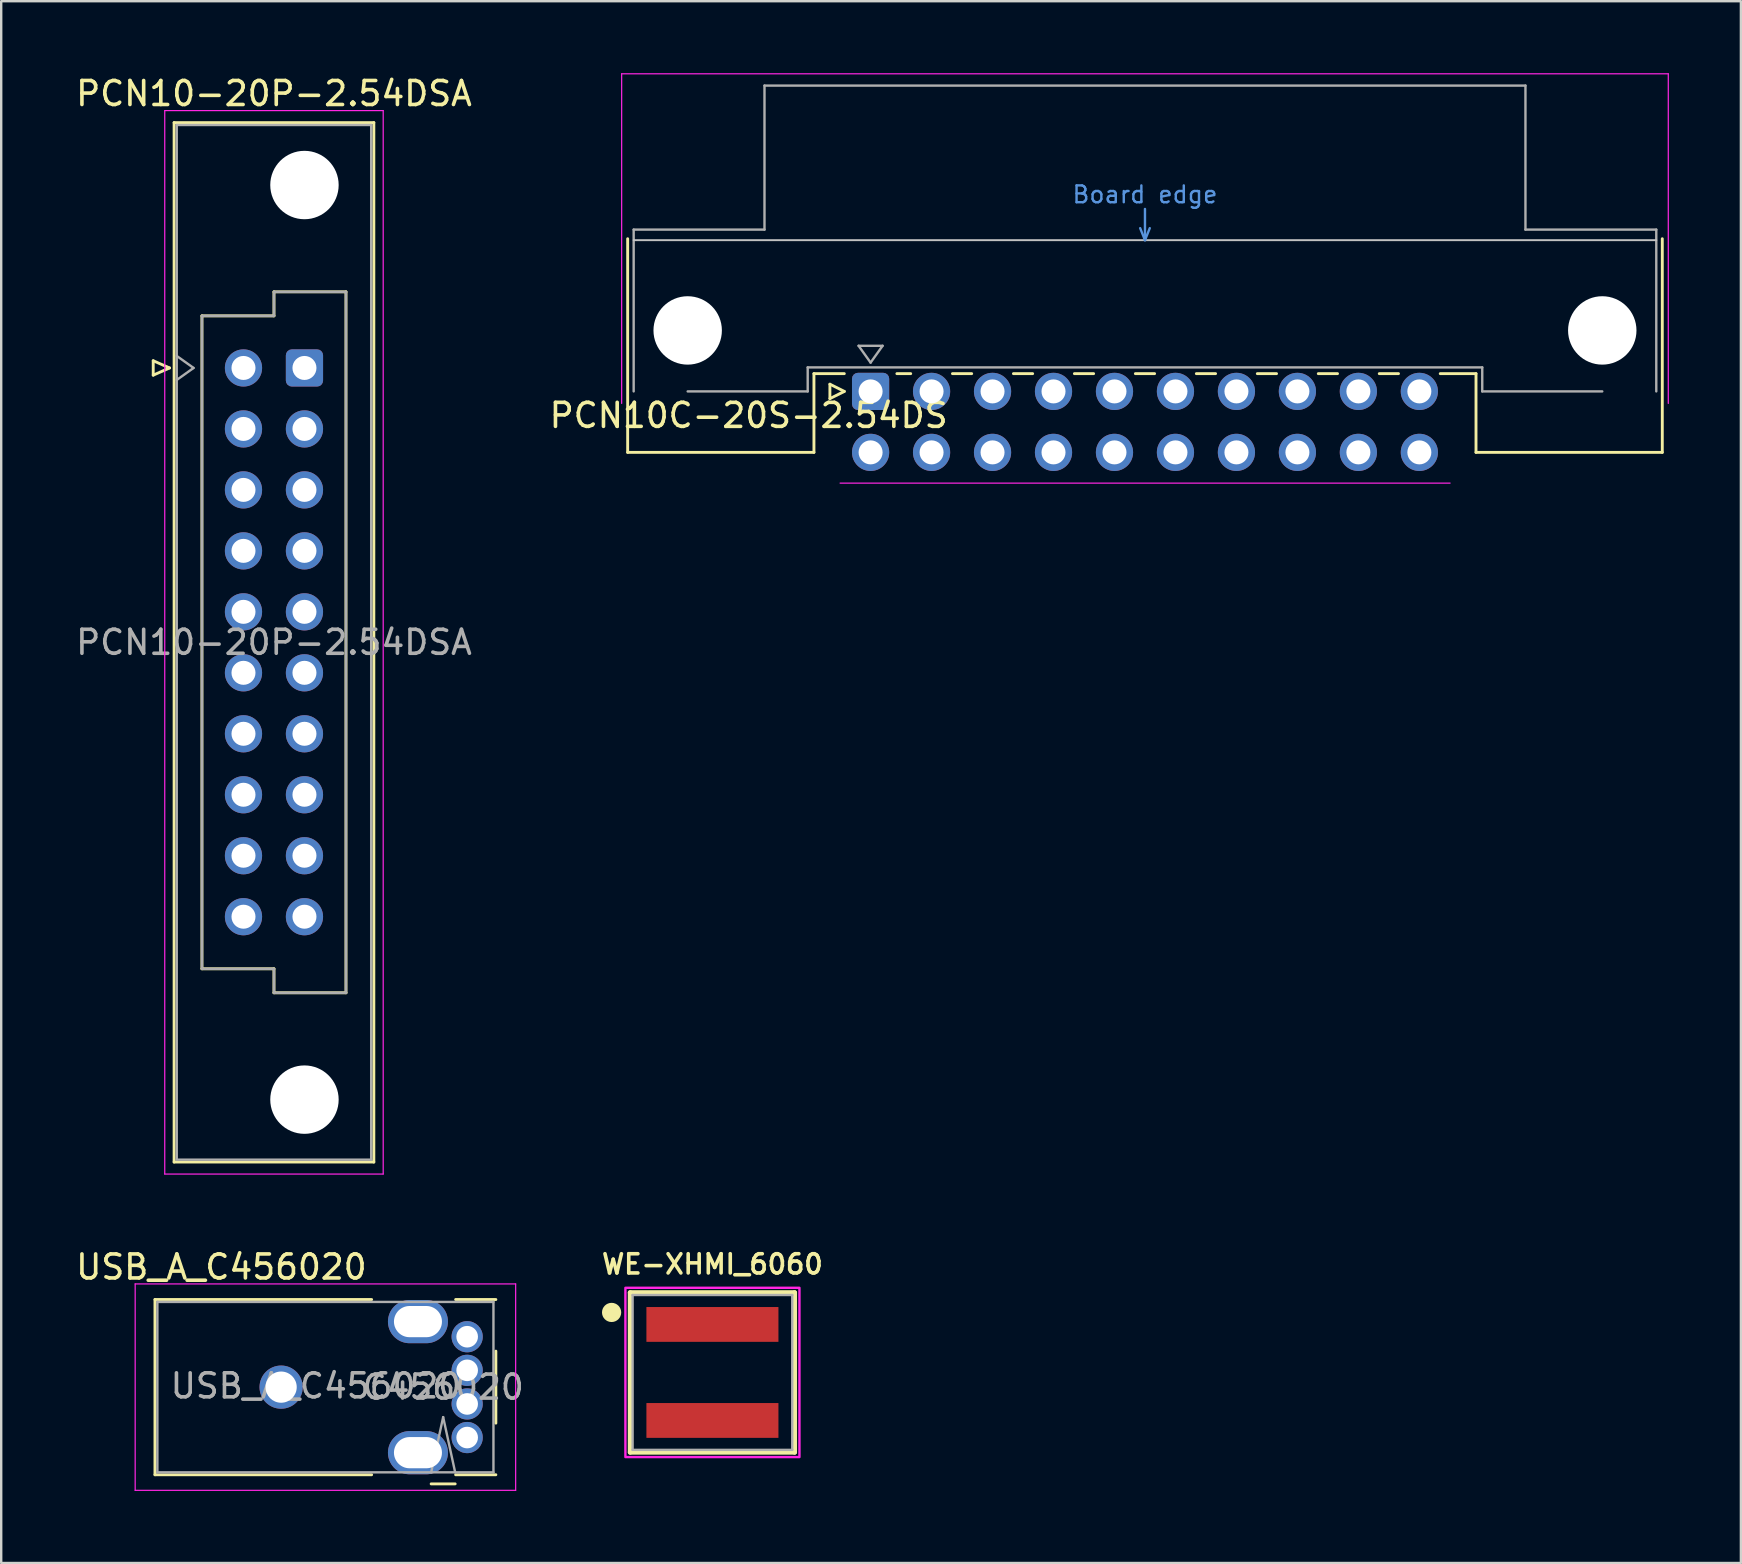
<source format=kicad_pcb>
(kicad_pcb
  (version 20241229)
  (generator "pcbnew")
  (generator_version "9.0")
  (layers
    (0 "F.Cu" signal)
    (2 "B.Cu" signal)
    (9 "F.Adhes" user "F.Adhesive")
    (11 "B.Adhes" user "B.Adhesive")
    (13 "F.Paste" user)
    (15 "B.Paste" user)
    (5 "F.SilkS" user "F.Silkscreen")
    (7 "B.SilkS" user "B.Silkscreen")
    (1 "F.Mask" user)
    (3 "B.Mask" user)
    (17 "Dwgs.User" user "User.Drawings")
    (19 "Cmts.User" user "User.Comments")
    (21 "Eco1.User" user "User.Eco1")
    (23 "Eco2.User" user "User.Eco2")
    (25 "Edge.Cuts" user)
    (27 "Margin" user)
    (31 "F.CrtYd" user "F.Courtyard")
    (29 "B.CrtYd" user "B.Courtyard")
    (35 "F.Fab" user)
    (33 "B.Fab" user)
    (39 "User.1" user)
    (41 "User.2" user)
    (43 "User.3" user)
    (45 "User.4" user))
  (footprint "PCN10-20P-2.54DSA"
    (layer "F.Cu")
    (at 7.093 12.278)
    (property "Reference" "PCN10-20P-2.54DSA" (at 1.27 -11.43 0) (layer "F.SilkS") (effects (font (size 1 1) (thickness 0.15))))
    (attr through_hole)
    (fp_line (start -3.76 -0.3) (end -3.76 0.3) (stroke (width 0.12) (type solid)) (layer "F.SilkS"))
    (fp_line (start -3.76 0.3) (end -3.08 0) (stroke (width 0.12) (type solid)) (layer "F.SilkS"))
    (fp_line (start -3.08 0) (end -3.76 -0.3) (stroke (width 0.12) (type solid)) (layer "F.SilkS"))
    (fp_line (start -2.89 -10.22) (end 5.43 -10.22) (stroke (width 0.12) (type solid)) (layer "F.SilkS"))
    (fp_line (start -2.89 33.08) (end -2.89 -10.22) (stroke (width 0.12) (type solid)) (layer "F.SilkS"))
    (fp_line (start -1.73 -2.17) (end -1.73 25.03) (stroke (width 0.12) (type solid)) (layer "F.SilkS"))
    (fp_line (start -1.73 25.03) (end 1.27 25.03) (stroke (width 0.12) (type solid)) (layer "F.SilkS"))
    (fp_line (start 1.27 -3.17) (end 1.27 -2.17) (stroke (width 0.12) (type solid)) (layer "F.SilkS"))
    (fp_line (start 1.27 -2.17) (end -1.73 -2.17) (stroke (width 0.12) (type solid)) (layer "F.SilkS"))
    (fp_line (start 1.27 25.03) (end 1.27 26.03) (stroke (width 0.12) (type solid)) (layer "F.SilkS"))
    (fp_line (start 1.27 26.03) (end 4.27 26.03) (stroke (width 0.12) (type solid)) (layer "F.SilkS"))
    (fp_line (start 4.27 -3.17) (end 1.27 -3.17) (stroke (width 0.12) (type solid)) (layer "F.SilkS"))
    (fp_line (start 4.27 26.03) (end 4.27 -3.17) (stroke (width 0.12) (type solid)) (layer "F.SilkS"))
    (fp_line (start 5.43 -10.22) (end 5.43 33.08) (stroke (width 0.12) (type solid)) (layer "F.SilkS"))
    (fp_line (start 5.43 33.08) (end -2.89 33.08) (stroke (width 0.12) (type solid)) (layer "F.SilkS"))
    (fp_line (start -3.28 -10.72) (end 5.82 -10.72) (stroke (width 0.05) (type solid)) (layer "F.CrtYd"))
    (fp_line (start -3.28 33.58) (end -3.28 -10.72) (stroke (width 0.05) (type solid)) (layer "F.CrtYd"))
    (fp_line (start 5.82 -10.72) (end 5.82 33.58) (stroke (width 0.05) (type solid)) (layer "F.CrtYd"))
    (fp_line (start 5.82 33.58) (end -3.28 33.58) (stroke (width 0.05) (type solid)) (layer "F.CrtYd"))
    (fp_line (start -2.78 -10.12) (end 5.32 -10.12) (stroke (width 0.1) (type solid)) (layer "F.Fab"))
    (fp_line (start -2.78 -0.5) (end -2.08 0) (stroke (width 0.1) (type solid)) (layer "F.Fab"))
    (fp_line (start -2.78 32.98) (end -2.78 -10.12) (stroke (width 0.1) (type solid)) (layer "F.Fab"))
    (fp_line (start -2.08 0) (end -2.78 0.5) (stroke (width 0.1) (type solid)) (layer "F.Fab"))
    (fp_line (start -1.73 -2.17) (end -1.73 25.03) (stroke (width 0.1) (type solid)) (layer "F.Fab"))
    (fp_line (start -1.73 25.03) (end 1.27 25.03) (stroke (width 0.1) (type solid)) (layer "F.Fab"))
    (fp_line (start 1.27 -3.17) (end 1.27 -2.17) (stroke (width 0.1) (type solid)) (layer "F.Fab"))
    (fp_line (start 1.27 -2.17) (end -1.73 -2.17) (stroke (width 0.1) (type solid)) (layer "F.Fab"))
    (fp_line (start 1.27 25.03) (end 1.27 26.03) (stroke (width 0.1) (type solid)) (layer "F.Fab"))
    (fp_line (start 1.27 26.03) (end 4.27 26.03) (stroke (width 0.1) (type solid)) (layer "F.Fab"))
    (fp_line (start 4.27 -3.17) (end 1.27 -3.17) (stroke (width 0.1) (type solid)) (layer "F.Fab"))
    (fp_line (start 4.27 26.03) (end 4.27 -3.17) (stroke (width 0.1) (type solid)) (layer "F.Fab"))
    (fp_line (start 5.32 -10.12) (end 5.32 32.98) (stroke (width 0.1) (type solid)) (layer "F.Fab"))
    (fp_line (start 5.32 32.98) (end -2.78 32.98) (stroke (width 0.1) (type solid)) (layer "F.Fab"))
    (fp_text user "${REFERENCE}" (at 1.27 11.43 0) (layer "F.Fab") (effects (font (size 1 1) (thickness 0.15))))
    (pad "" np_thru_hole circle (at 2.54 -7.62) (size 2.85 2.85) (drill 2.85) (layers "*.Cu" "*.Mask"))
    (pad "" np_thru_hole circle (at 2.54 30.48) (size 2.85 2.85) (drill 2.85) (layers "*.Cu" "*.Mask"))
    (pad "a1" thru_hole roundrect (at 2.54 0) (size 1.55 1.55) (drill 1) (layers "*.Cu" "*.Mask") (roundrect_rratio 0.161))
    (pad "a2" thru_hole circle (at 2.54 2.54) (size 1.55 1.55) (drill 1) (layers "*.Cu" "*.Mask"))
    (pad "a3" thru_hole circle (at 2.54 5.08) (size 1.55 1.55) (drill 1) (layers "*.Cu" "*.Mask"))
    (pad "a4" thru_hole circle (at 2.54 7.62) (size 1.55 1.55) (drill 1) (layers "*.Cu" "*.Mask"))
    (pad "a5" thru_hole circle (at 2.54 10.16) (size 1.55 1.55) (drill 1) (layers "*.Cu" "*.Mask"))
    (pad "a6" thru_hole circle (at 2.54 12.7) (size 1.55 1.55) (drill 1) (layers "*.Cu" "*.Mask"))
    (pad "a7" thru_hole circle (at 2.54 15.24) (size 1.55 1.55) (drill 1) (layers "*.Cu" "*.Mask"))
    (pad "a8" thru_hole circle (at 2.54 17.78) (size 1.55 1.55) (drill 1) (layers "*.Cu" "*.Mask"))
    (pad "a9" thru_hole circle (at 2.54 20.32) (size 1.55 1.55) (drill 1) (layers "*.Cu" "*.Mask"))
    (pad "a10" thru_hole circle (at 2.54 22.86) (size 1.55 1.55) (drill 1) (layers "*.Cu" "*.Mask"))
    (pad "b1" thru_hole circle (at 0 0) (size 1.55 1.55) (drill 1) (layers "*.Cu" "*.Mask"))
    (pad "b2" thru_hole circle (at 0 2.54) (size 1.55 1.55) (drill 1) (layers "*.Cu" "*.Mask"))
    (pad "b3" thru_hole circle (at 0 5.08) (size 1.55 1.55) (drill 1) (layers "*.Cu" "*.Mask"))
    (pad "b4" thru_hole circle (at 0 7.62) (size 1.55 1.55) (drill 1) (layers "*.Cu" "*.Mask"))
    (pad "b5" thru_hole circle (at 0 10.16) (size 1.55 1.55) (drill 1) (layers "*.Cu" "*.Mask"))
    (pad "b6" thru_hole circle (at 0 12.7) (size 1.55 1.55) (drill 1) (layers "*.Cu" "*.Mask"))
    (pad "b7" thru_hole circle (at 0 15.24) (size 1.55 1.55) (drill 1) (layers "*.Cu" "*.Mask"))
    (pad "b8" thru_hole circle (at 0 17.78) (size 1.55 1.55) (drill 1) (layers "*.Cu" "*.Mask"))
    (pad "b9" thru_hole circle (at 0 20.32) (size 1.55 1.55) (drill 1) (layers "*.Cu" "*.Mask"))
    (pad "b10" thru_hole circle (at 0 22.86) (size 1.55 1.55) (drill 1) (layers "*.Cu" "*.Mask")))
  (footprint "PCN10C-20S-2.54DS"
    (layer "F.Cu")
    (at 33.217 13.255)
    (property "Reference" "PCN10C-20S-2.54DS" (at -5.08 1 0) (layer "F.SilkS") (effects (font (size 1 1) (thickness 0.15))))
    (attr through_hole)
    (fp_line (start -10.12 -6.36) (end -10.12 2.54) (stroke (width 0.12) (type solid)) (layer "F.SilkS"))
    (fp_line (start -10.12 2.54) (end -2.36 2.54) (stroke (width 0.12) (type solid)) (layer "F.SilkS"))
    (fp_line (start -2.361 -0.74) (end -1.095 -0.74) (stroke (width 0.12) (type solid)) (layer "F.SilkS"))
    (fp_line (start -2.36 2.54) (end -2.36 -0.74) (stroke (width 0.12) (type solid)) (layer "F.SilkS"))
    (fp_line (start -1.695 -0.3) (end -1.695 0.3) (stroke (width 0.12) (type solid)) (layer "F.SilkS"))
    (fp_line (start -1.695 0.3) (end -1.095 0) (stroke (width 0.12) (type solid)) (layer "F.SilkS"))
    (fp_line (start -1.095 0) (end -1.695 -0.3) (stroke (width 0.12) (type solid)) (layer "F.SilkS"))
    (fp_line (start 1.095 -0.74) (end 1.671 -0.74) (stroke (width 0.12) (type solid)) (layer "F.SilkS"))
    (fp_line (start 3.41 -0.74) (end 4.211 -0.74) (stroke (width 0.12) (type solid)) (layer "F.SilkS"))
    (fp_line (start 5.95 -0.74) (end 6.751 -0.74) (stroke (width 0.12) (type solid)) (layer "F.SilkS"))
    (fp_line (start 8.49 -0.74) (end 9.291 -0.74) (stroke (width 0.12) (type solid)) (layer "F.SilkS"))
    (fp_line (start 11.03 -0.74) (end 11.831 -0.74) (stroke (width 0.12) (type solid)) (layer "F.SilkS"))
    (fp_line (start 13.57 -0.74) (end 14.371 -0.74) (stroke (width 0.12) (type solid)) (layer "F.SilkS"))
    (fp_line (start 16.11 -0.74) (end 16.911 -0.74) (stroke (width 0.12) (type solid)) (layer "F.SilkS"))
    (fp_line (start 18.65 -0.74) (end 19.451 -0.74) (stroke (width 0.12) (type solid)) (layer "F.SilkS"))
    (fp_line (start 21.19 -0.74) (end 21.991 -0.74) (stroke (width 0.12) (type solid)) (layer "F.SilkS"))
    (fp_line (start 23.73 -0.74) (end 25.22 -0.74) (stroke (width 0.12) (type solid)) (layer "F.SilkS"))
    (fp_line (start 25.22 2.54) (end 25.22 -0.74) (stroke (width 0.12) (type solid)) (layer "F.SilkS"))
    (fp_line (start 32.98 -6.36) (end 32.98 2.54) (stroke (width 0.12) (type solid)) (layer "F.SilkS"))
    (fp_line (start 32.98 2.54) (end 25.22 2.54) (stroke (width 0.12) (type solid)) (layer "F.SilkS"))
    (fp_line (start -9.87 -6.3) (end 32.73 -6.3) (stroke (width 0.08) (type solid)) (layer "Dwgs.User"))
    (fp_line (start 11.23 -6.8) (end 11.43 -6.3) (stroke (width 0.1) (type solid)) (layer "Cmts.User"))
    (fp_line (start 11.43 -6.3) (end 11.43 -7.6) (stroke (width 0.1) (type solid)) (layer "Cmts.User"))
    (fp_line (start 11.43 -6.3) (end 11.63 -6.8) (stroke (width 0.1) (type solid)) (layer "Cmts.User"))
    (fp_line (start -10.37 -13.23) (end -10.37 0.5) (stroke (width 0.05) (type solid)) (layer "F.CrtYd"))
    (fp_line (start -1.27 3.82) (end 24.14 3.82) (stroke (width 0.05) (type solid)) (layer "F.CrtYd"))
    (fp_line (start 33.23 -13.23) (end -10.37 -13.23) (stroke (width 0.05) (type solid)) (layer "F.CrtYd"))
    (fp_line (start 33.23 0.5) (end 33.23 -13.23) (stroke (width 0.05) (type solid)) (layer "F.CrtYd"))
    (fp_line (start -9.87 -6.74) (end -9.87 0) (stroke (width 0.1) (type solid)) (layer "F.Fab"))
    (fp_line (start -7.62 0) (end -2.62 0) (stroke (width 0.1) (type solid)) (layer "F.Fab"))
    (fp_line (start -4.42 -12.74) (end -4.42 -6.74) (stroke (width 0.1) (type solid)) (layer "F.Fab"))
    (fp_line (start -4.42 -6.74) (end -9.87 -6.74) (stroke (width 0.1) (type solid)) (layer "F.Fab"))
    (fp_line (start -2.62 -1) (end 25.48 -1) (stroke (width 0.1) (type solid)) (layer "F.Fab"))
    (fp_line (start -2.62 0) (end -2.62 -1) (stroke (width 0.1) (type solid)) (layer "F.Fab"))
    (fp_line (start -0.5 -1.9) (end 0.5 -1.9) (stroke (width 0.1) (type solid)) (layer "F.Fab"))
    (fp_line (start 0 -1.2) (end -0.5 -1.9) (stroke (width 0.1) (type solid)) (layer "F.Fab"))
    (fp_line (start 0.5 -1.9) (end 0 -1.2) (stroke (width 0.1) (type solid)) (layer "F.Fab"))
    (fp_line (start 25.48 -1) (end 25.48 0) (stroke (width 0.1) (type solid)) (layer "F.Fab"))
    (fp_line (start 25.48 0) (end 30.48 0) (stroke (width 0.1) (type solid)) (layer "F.Fab"))
    (fp_line (start 27.28 -12.74) (end -4.42 -12.74) (stroke (width 0.1) (type solid)) (layer "F.Fab"))
    (fp_line (start 27.28 -6.74) (end 27.28 -12.74) (stroke (width 0.1) (type solid)) (layer "F.Fab"))
    (fp_line (start 32.73 -6.74) (end 27.28 -6.74) (stroke (width 0.1) (type solid)) (layer "F.Fab"))
    (fp_line (start 32.73 0) (end 32.73 -6.74) (stroke (width 0.1) (type solid)) (layer "F.Fab"))
    (fp_text user "Board edge" (at 11.43 -8.2 0) (layer "Cmts.User") (effects (font (size 0.7 0.7) (thickness 0.1))))
    (pad "" np_thru_hole circle (at -7.62 -2.54) (size 2.85 2.85) (drill 2.85) (layers "*.Cu" "*.Mask"))
    (pad "" np_thru_hole circle (at 30.48 -2.54) (size 2.85 2.85) (drill 2.85) (layers "*.Cu" "*.Mask"))
    (pad "a1" thru_hole roundrect (at 0 0) (size 1.55 1.55) (drill 1) (layers "*.Cu" "*.Mask") (roundrect_rratio 0.161))
    (pad "a2" thru_hole circle (at 2.54 0) (size 1.55 1.55) (drill 1) (layers "*.Cu" "*.Mask"))
    (pad "a3" thru_hole circle (at 5.08 0) (size 1.55 1.55) (drill 1) (layers "*.Cu" "*.Mask"))
    (pad "a4" thru_hole circle (at 7.62 0) (size 1.55 1.55) (drill 1) (layers "*.Cu" "*.Mask"))
    (pad "a5" thru_hole circle (at 10.16 0) (size 1.55 1.55) (drill 1) (layers "*.Cu" "*.Mask"))
    (pad "a6" thru_hole circle (at 12.7 0) (size 1.55 1.55) (drill 1) (layers "*.Cu" "*.Mask"))
    (pad "a7" thru_hole circle (at 15.24 0) (size 1.55 1.55) (drill 1) (layers "*.Cu" "*.Mask"))
    (pad "a8" thru_hole circle (at 17.78 0) (size 1.55 1.55) (drill 1) (layers "*.Cu" "*.Mask"))
    (pad "a9" thru_hole circle (at 20.32 0) (size 1.55 1.55) (drill 1) (layers "*.Cu" "*.Mask"))
    (pad "a10" thru_hole circle (at 22.86 0) (size 1.55 1.55) (drill 1) (layers "*.Cu" "*.Mask"))
    (pad "b1" thru_hole circle (at 0 2.54) (size 1.55 1.55) (drill 1) (layers "*.Cu" "*.Mask"))
    (pad "b2" thru_hole circle (at 2.54 2.54) (size 1.55 1.55) (drill 1) (layers "*.Cu" "*.Mask"))
    (pad "b3" thru_hole circle (at 5.08 2.54) (size 1.55 1.55) (drill 1) (layers "*.Cu" "*.Mask"))
    (pad "b4" thru_hole circle (at 7.62 2.54) (size 1.55 1.55) (drill 1) (layers "*.Cu" "*.Mask"))
    (pad "b5" thru_hole circle (at 10.16 2.54) (size 1.55 1.55) (drill 1) (layers "*.Cu" "*.Mask"))
    (pad "b6" thru_hole circle (at 12.7 2.54) (size 1.55 1.55) (drill 1) (layers "*.Cu" "*.Mask"))
    (pad "b7" thru_hole circle (at 15.24 2.54) (size 1.55 1.55) (drill 1) (layers "*.Cu" "*.Mask"))
    (pad "b8" thru_hole circle (at 17.78 2.54) (size 1.55 1.55) (drill 1) (layers "*.Cu" "*.Mask"))
    (pad "b9" thru_hole circle (at 20.32 2.54) (size 1.55 1.55) (drill 1) (layers "*.Cu" "*.Mask"))
    (pad "b10" thru_hole circle (at 22.86 2.54) (size 1.55 1.55) (drill 1) (layers "*.Cu" "*.Mask")))
  (footprint "WE-XHMI_6060"
    (layer "F.Cu")
    (at 26.628 54.123)
    (property "Reference" "WE-XHMI_6060" (at 0 -4.508 0) (layer "F.SilkS") (effects (font (size 0.8 0.8) (thickness 0.15))))
    (attr smd)
    (fp_line (start -3.425 -3.325) (end 3.425 -3.325) (stroke (width 0.2) (type solid)) (layer "F.SilkS"))
    (fp_line (start -3.425 3.325) (end -3.425 -3.325) (stroke (width 0.2) (type solid)) (layer "F.SilkS"))
    (fp_line (start 3.425 -3.325) (end 3.425 3.325) (stroke (width 0.2) (type solid)) (layer "F.SilkS"))
    (fp_line (start 3.425 3.325) (end -3.425 3.325) (stroke (width 0.2) (type solid)) (layer "F.SilkS"))
    (fp_circle (center -4.2 -2.5) (end -4 -2.5) (stroke (width 0.4) (type solid)) (fill no) (layer "F.SilkS"))
    (fp_poly (pts (xy -3.625 -3.525) (xy 3.625 -3.525) (xy 3.625 3.525) (xy -3.625 3.525)) (stroke (width 0.1) (type solid)) (fill no) (layer "F.CrtYd"))
    (fp_line (start -3.325 -3.225) (end 3.325 -3.225) (stroke (width 0.1) (type solid)) (layer "F.Fab"))
    (fp_line (start -3.325 3.225) (end -3.325 -3.225) (stroke (width 0.1) (type solid)) (layer "F.Fab"))
    (fp_line (start 3.325 -3.225) (end 3.325 3.225) (stroke (width 0.1) (type solid)) (layer "F.Fab"))
    (fp_line (start 3.325 3.225) (end -3.325 3.225) (stroke (width 0.1) (type solid)) (layer "F.Fab"))
    (pad "1" smd rect (at 0 -2) (size 5.5 1.45) (layers "F.Cu" "F.Mask" "F.Paste"))
    (pad "2" smd rect (at 0 2) (size 5.5 1.45) (layers "F.Cu" "F.Mask" "F.Paste"))
    (zone (net_name "") (layer "F.Cu") (hatch full 0.508) (connect_pads) (min_thickness 0.1) (filled_areas_thickness no) (keepout (tracks not_allowed) (vias not_allowed) (pads not_allowed) (copperpour not_allowed) (footprints allowed)) (placement (enabled no)) (fill) (polygon (pts (xy 23.403 52.898) (xy 29.853 52.898) (xy 29.853 55.347) (xy 23.403 55.347))))
    (zone (net_name "") (layers "F.Cu" "B.Cu") (hatch full 0.508) (connect_pads) (min_thickness 0.1) (filled_areas_thickness no) (keepout (tracks allowed) (vias not_allowed) (pads allowed) (copperpour allowed) (footprints allowed)) (placement (enabled no)) (fill) (polygon (pts (xy 23.403 52.898) (xy 29.853 52.898) (xy 29.853 55.347) (xy 23.403 55.347)))))
  (footprint "USB_A_C456020"
    (layer "F.Cu")
    (at 15.411 54.735)
    (property "Reference" "USB_A_C456020" (at -9.238 -5.004 0) (layer "F.SilkS") (effects (font (size 1 1) (thickness 0.15))))
    (property "LCSC" "C456020" (at 0 0 0) (layer "F.Fab") (effects (font (size 1 1) (thickness 0.15))))
    (attr through_hole)
    (fp_line (start -12.005 -3.65) (end -12.005 3.65) (stroke (width 0.12) (type solid)) (layer "F.SilkS"))
    (fp_line (start -12.005 -3.65) (end -2.98 -3.65) (stroke (width 0.12) (type solid)) (layer "F.SilkS"))
    (fp_line (start -12.005 3.65) (end -2.98 3.65) (stroke (width 0.12) (type solid)) (layer "F.SilkS"))
    (fp_line (start -0.5 4.03) (end 0.5 4.03) (stroke (width 0.12) (type solid)) (layer "F.SilkS"))
    (fp_line (start 0.52 -3.65) (end 2.195 -3.65) (stroke (width 0.12) (type solid)) (layer "F.SilkS"))
    (fp_line (start 0.52 3.65) (end 2.195 3.65) (stroke (width 0.12) (type solid)) (layer "F.SilkS"))
    (fp_line (start 2.195 -1.5) (end 2.195 1.5) (stroke (width 0.12) (type solid)) (layer "F.SilkS"))
    (fp_line (start -12.83 -4.3) (end 3.02 -4.3) (stroke (width 0.05) (type solid)) (layer "F.CrtYd"))
    (fp_line (start -12.83 4.3) (end -12.83 -4.3) (stroke (width 0.05) (type solid)) (layer "F.CrtYd"))
    (fp_line (start 3.02 -4.3) (end 3.02 4.3) (stroke (width 0.05) (type solid)) (layer "F.CrtYd"))
    (fp_line (start 3.02 4.3) (end -12.83 4.3) (stroke (width 0.05) (type solid)) (layer "F.CrtYd"))
    (fp_line (start -11.905 -3.55) (end 2.095 -3.55) (stroke (width 0.1) (type solid)) (layer "F.Fab"))
    (fp_line (start -11.905 3.55) (end -11.905 -3.55) (stroke (width 0.1) (type solid)) (layer "F.Fab"))
    (fp_line (start -0.5 3.55) (end 0 1.25) (stroke (width 0.1) (type solid)) (layer "F.Fab"))
    (fp_line (start 0 1.25) (end 0.5 3.55) (stroke (width 0.1) (type solid)) (layer "F.Fab"))
    (fp_line (start 2.095 -3.55) (end 2.095 3.55) (stroke (width 0.1) (type solid)) (layer "F.Fab"))
    (fp_line (start 2.095 3.55) (end -11.905 3.55) (stroke (width 0.1) (type solid)) (layer "F.Fab"))
    (fp_text user "${REFERENCE}" (at -5.301 -0.051 0) (layer "F.Fab") (effects (font (size 1 1) (thickness 0.15))))
    (pad "1" thru_hole circle (at 1 2.1) (size 1.3 1.3) (drill 0.9) (layers "*.Cu" "*.Mask"))
    (pad "2" thru_hole circle (at 1 0.7) (size 1.3 1.3) (drill 0.9) (layers "*.Cu" "*.Mask"))
    (pad "3" thru_hole circle (at 1 -0.7) (size 1.3 1.3) (drill 0.9) (layers "*.Cu" "*.Mask"))
    (pad "4" thru_hole circle (at 1 -2.1) (size 1.3 1.3) (drill 0.9) (layers "*.Cu" "*.Mask"))
    (pad "5" thru_hole circle (at -6.75 0) (size 1.8 1.8) (drill 1.3) (layers "*.Cu" "*.Mask"))
    (pad "5" thru_hole oval (at -1.05 -2.73) (size 2.5 1.8) (drill oval 2 1.3) (layers "*.Cu" "*.Mask"))
    (pad "5" thru_hole oval (at -1.05 2.73) (size 2.5 1.8) (drill oval 2 1.3) (layers "*.Cu" "*.Mask")))
  (gr_rect
    (start -3 -3)
    (end 69.472 62.06)
    (stroke (width 0.1) (type default))
    (fill no)
    (layer "Edge.Cuts")))
</source>
